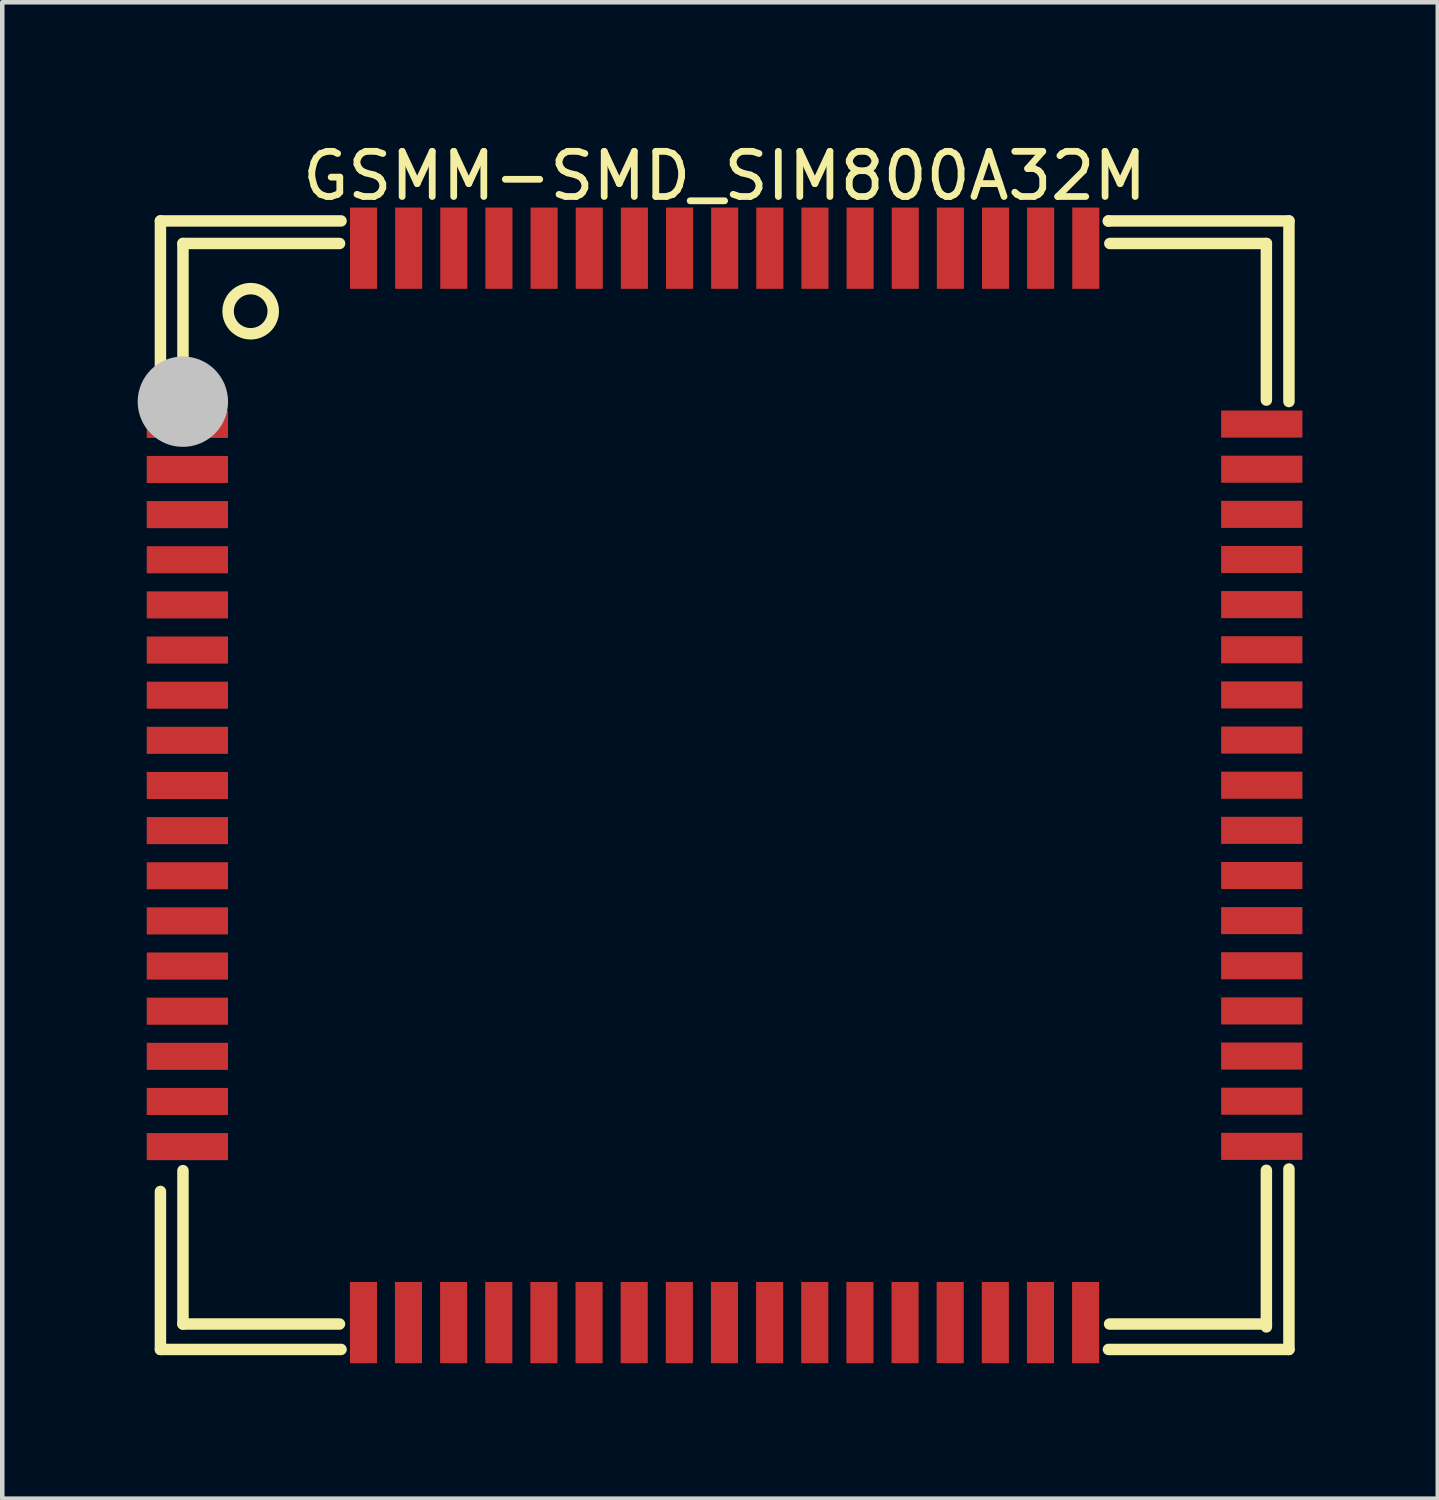
<source format=kicad_pcb>
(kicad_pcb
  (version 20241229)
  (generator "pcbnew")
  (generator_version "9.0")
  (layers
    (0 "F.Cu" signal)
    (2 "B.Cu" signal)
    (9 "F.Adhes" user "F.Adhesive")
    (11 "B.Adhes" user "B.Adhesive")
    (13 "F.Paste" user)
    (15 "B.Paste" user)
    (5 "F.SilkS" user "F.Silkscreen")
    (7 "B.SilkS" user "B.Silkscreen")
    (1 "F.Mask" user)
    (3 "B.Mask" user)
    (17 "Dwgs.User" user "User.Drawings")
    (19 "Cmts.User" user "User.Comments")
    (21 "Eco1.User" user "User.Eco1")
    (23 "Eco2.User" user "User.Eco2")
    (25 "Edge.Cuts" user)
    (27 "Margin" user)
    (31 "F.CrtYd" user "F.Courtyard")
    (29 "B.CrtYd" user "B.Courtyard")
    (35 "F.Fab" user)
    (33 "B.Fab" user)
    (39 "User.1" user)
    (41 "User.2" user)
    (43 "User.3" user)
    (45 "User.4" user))
  (footprint "GSMM-SMD_SIM800A32M"
    (layer "F.Cu")
    (at 13.001 14.348)
    (property "Reference" "GSMM-SMD_SIM800A32M" (at 0 -13.5 0) (unlocked yes) (layer "F.SilkS") (effects (font (size 1 1) (thickness 0.15))))
    (attr smd)
    (fp_line (start -12.497 -12.504) (end -8.496 -12.504) (stroke (width 0.254) (type default)) (layer "F.SilkS"))
    (fp_line (start -12.497 -8.503) (end -12.497 -12.504) (stroke (width 0.254) (type default)) (layer "F.SilkS"))
    (fp_line (start -12.497 12.495) (end -12.497 8.995) (stroke (width 0.254) (type default)) (layer "F.SilkS"))
    (fp_line (start -11.998 -12.004) (end -8.529 -12.004) (stroke (width 0.254) (type default)) (layer "F.SilkS"))
    (fp_line (start -11.998 -8.527) (end -11.998 -12.004) (stroke (width 0.254) (type default)) (layer "F.SilkS"))
    (fp_line (start -11.998 11.932) (end -11.998 8.534) (stroke (width 0.254) (type default)) (layer "F.SilkS"))
    (fp_line (start -8.531 11.932) (end -11.998 11.932) (stroke (width 0.254) (type default)) (layer "F.SilkS"))
    (fp_line (start -8.496 12.495) (end -12.497 12.495) (stroke (width 0.254) (type default)) (layer "F.SilkS"))
    (fp_line (start 8.501 -12.501) (end 8.504 -12.504) (stroke (width 0.254) (type default)) (layer "F.SilkS"))
    (fp_line (start 8.504 -12.504) (end 12.502 -12.504) (stroke (width 0.254) (type default)) (layer "F.SilkS"))
    (fp_line (start 8.534 -12.004) (end 12.002 -12.004) (stroke (width 0.254) (type default)) (layer "F.SilkS"))
    (fp_line (start 12.002 -12.004) (end 12.002 -8.535) (stroke (width 0.254) (type default)) (layer "F.SilkS"))
    (fp_line (start 12.002 8.527) (end 12.002 11.996) (stroke (width 0.254) (type default)) (layer "F.SilkS"))
    (fp_line (start 12.002 11.932) (end 8.529 11.932) (stroke (width 0.254) (type default)) (layer "F.SilkS"))
    (fp_line (start 12.502 -12.504) (end 12.502 -8.503) (stroke (width 0.254) (type default)) (layer "F.SilkS"))
    (fp_line (start 12.502 8.498) (end 12.502 12.495) (stroke (width 0.254) (type default)) (layer "F.SilkS"))
    (fp_line (start 12.502 12.495) (end 8.504 12.495) (stroke (width 0.254) (type default)) (layer "F.SilkS"))
    (fp_circle (center -10.498 -10.504) (end -9.998 -10.504) (stroke (width 0.254) (type default)) (fill no) (layer "F.SilkS"))
    (fp_circle (center -12 -8.5) (end -11.499 -8.5) (stroke (width 1) (type default)) (fill no) (layer "Dwgs.User"))
    (fp_poly (pts (xy -12 -7.697) (xy -12 -8.296) (xy -11 -8.296) (xy -11 -7.697)) (stroke (width 0.1) (type default)) (fill no) (layer "User.1"))
    (fp_poly (pts (xy -12 -6.698) (xy -12 -7.298) (xy -11 -7.298) (xy -11 -6.698)) (stroke (width 0.1) (type default)) (fill no) (layer "User.1"))
    (fp_poly (pts (xy -12 -5.698) (xy -12 -6.298) (xy -11 -6.298) (xy -11 -5.698)) (stroke (width 0.1) (type default)) (fill no) (layer "User.1"))
    (fp_poly (pts (xy -12 -4.698) (xy -12 -5.298) (xy -11 -5.298) (xy -11 -4.698)) (stroke (width 0.1) (type default)) (fill no) (layer "User.1"))
    (fp_poly (pts (xy -12 -3.698) (xy -12 -4.298) (xy -11 -4.298) (xy -11 -3.698)) (stroke (width 0.1) (type default)) (fill no) (layer "User.1"))
    (fp_poly (pts (xy -12 -2.698) (xy -12 -3.298) (xy -11 -3.298) (xy -11 -2.698)) (stroke (width 0.1) (type default)) (fill no) (layer "User.1"))
    (fp_poly (pts (xy -12 -1.698) (xy -12 -2.298) (xy -11 -2.298) (xy -11 -1.698)) (stroke (width 0.1) (type default)) (fill no) (layer "User.1"))
    (fp_poly (pts (xy -12 -0.698) (xy -12 -1.298) (xy -11 -1.298) (xy -11 -0.698)) (stroke (width 0.1) (type default)) (fill no) (layer "User.1"))
    (fp_poly (pts (xy -12 0.302) (xy -12 -0.298) (xy -11 -0.298) (xy -11 0.302)) (stroke (width 0.1) (type default)) (fill no) (layer "User.1"))
    (fp_poly (pts (xy -12 1.302) (xy -12 0.702) (xy -11 0.702) (xy -11 1.302)) (stroke (width 0.1) (type default)) (fill no) (layer "User.1"))
    (fp_poly (pts (xy -12 2.302) (xy -12 1.702) (xy -11 1.702) (xy -11 2.302)) (stroke (width 0.1) (type default)) (fill no) (layer "User.1"))
    (fp_poly (pts (xy -12 3.302) (xy -12 2.702) (xy -11 2.702) (xy -11 3.302)) (stroke (width 0.1) (type default)) (fill no) (layer "User.1"))
    (fp_poly (pts (xy -12 4.302) (xy -12 3.702) (xy -11 3.702) (xy -11 4.302)) (stroke (width 0.1) (type default)) (fill no) (layer "User.1"))
    (fp_poly (pts (xy -12 5.302) (xy -12 4.702) (xy -11 4.702) (xy -11 5.302)) (stroke (width 0.1) (type default)) (fill no) (layer "User.1"))
    (fp_poly (pts (xy -12 6.302) (xy -12 5.702) (xy -11 5.702) (xy -11 6.302)) (stroke (width 0.1) (type default)) (fill no) (layer "User.1"))
    (fp_poly (pts (xy -12 7.302) (xy -12 6.702) (xy -11 6.702) (xy -11 7.302)) (stroke (width 0.1) (type default)) (fill no) (layer "User.1"))
    (fp_poly (pts (xy -12 8.302) (xy -12 7.702) (xy -11 7.702) (xy -11 8.302)) (stroke (width 0.1) (type default)) (fill no) (layer "User.1"))
    (fp_poly (pts (xy -8.3 12) (xy -8.3 11) (xy -7.7 11) (xy -7.7 12)) (stroke (width 0.1) (type default)) (fill no) (layer "User.1"))
    (fp_poly (pts (xy -8.298 -11) (xy -8.298 -12) (xy -7.698 -12) (xy -7.698 -11)) (stroke (width 0.1) (type default)) (fill no) (layer "User.1"))
    (fp_poly (pts (xy -7.302 12) (xy -7.302 11) (xy -6.702 11) (xy -6.702 12)) (stroke (width 0.1) (type default)) (fill no) (layer "User.1"))
    (fp_poly (pts (xy -7.298 -11) (xy -7.298 -12) (xy -6.698 -12) (xy -6.698 -11)) (stroke (width 0.1) (type default)) (fill no) (layer "User.1"))
    (fp_poly (pts (xy -6.302 12) (xy -6.302 11) (xy -5.702 11) (xy -5.702 12)) (stroke (width 0.1) (type default)) (fill no) (layer "User.1"))
    (fp_poly (pts (xy -6.298 -11) (xy -6.298 -12) (xy -5.698 -12) (xy -5.698 -11)) (stroke (width 0.1) (type default)) (fill no) (layer "User.1"))
    (fp_poly (pts (xy -5.302 12) (xy -5.302 11) (xy -4.702 11) (xy -4.702 12)) (stroke (width 0.1) (type default)) (fill no) (layer "User.1"))
    (fp_poly (pts (xy -5.298 -11) (xy -5.298 -12) (xy -4.698 -12) (xy -4.698 -11)) (stroke (width 0.1) (type default)) (fill no) (layer "User.1"))
    (fp_poly (pts (xy -4.302 12) (xy -4.302 11) (xy -3.702 11) (xy -3.702 12)) (stroke (width 0.1) (type default)) (fill no) (layer "User.1"))
    (fp_poly (pts (xy -4.298 -11) (xy -4.298 -12) (xy -3.698 -12) (xy -3.698 -11)) (stroke (width 0.1) (type default)) (fill no) (layer "User.1"))
    (fp_poly (pts (xy -3.302 12) (xy -3.302 11) (xy -2.702 11) (xy -2.702 12)) (stroke (width 0.1) (type default)) (fill no) (layer "User.1"))
    (fp_poly (pts (xy -3.298 -11) (xy -3.298 -12) (xy -2.698 -12) (xy -2.698 -11)) (stroke (width 0.1) (type default)) (fill no) (layer "User.1"))
    (fp_poly (pts (xy -2.302 12) (xy -2.302 11) (xy -1.702 11) (xy -1.702 12)) (stroke (width 0.1) (type default)) (fill no) (layer "User.1"))
    (fp_poly (pts (xy -2.298 -11) (xy -2.298 -12) (xy -1.698 -12) (xy -1.698 -11)) (stroke (width 0.1) (type default)) (fill no) (layer "User.1"))
    (fp_poly (pts (xy -1.302 12) (xy -1.302 11) (xy -0.702 11) (xy -0.702 12)) (stroke (width 0.1) (type default)) (fill no) (layer "User.1"))
    (fp_poly (pts (xy -1.298 -11) (xy -1.298 -12) (xy -0.698 -12) (xy -0.698 -11)) (stroke (width 0.1) (type default)) (fill no) (layer "User.1"))
    (fp_poly (pts (xy -0.302 12) (xy -0.302 11) (xy 0.298 11) (xy 0.298 12)) (stroke (width 0.1) (type default)) (fill no) (layer "User.1"))
    (fp_poly (pts (xy -0.298 -11) (xy -0.298 -12) (xy 0.302 -12) (xy 0.302 -11)) (stroke (width 0.1) (type default)) (fill no) (layer "User.1"))
    (fp_poly (pts (xy 0.698 12) (xy 0.698 11) (xy 1.298 11) (xy 1.298 12)) (stroke (width 0.1) (type default)) (fill no) (layer "User.1"))
    (fp_poly (pts (xy 0.702 -11) (xy 0.702 -12) (xy 1.302 -12) (xy 1.302 -11)) (stroke (width 0.1) (type default)) (fill no) (layer "User.1"))
    (fp_poly (pts (xy 1.698 12) (xy 1.698 11) (xy 2.298 11) (xy 2.298 12)) (stroke (width 0.1) (type default)) (fill no) (layer "User.1"))
    (fp_poly (pts (xy 1.702 -11) (xy 1.702 -12) (xy 2.302 -12) (xy 2.302 -11)) (stroke (width 0.1) (type default)) (fill no) (layer "User.1"))
    (fp_poly (pts (xy 2.698 12) (xy 2.698 11) (xy 3.298 11) (xy 3.298 12)) (stroke (width 0.1) (type default)) (fill no) (layer "User.1"))
    (fp_poly (pts (xy 2.702 -11) (xy 2.702 -12) (xy 3.302 -12) (xy 3.302 -11)) (stroke (width 0.1) (type default)) (fill no) (layer "User.1"))
    (fp_poly (pts (xy 3.698 12) (xy 3.698 11) (xy 4.298 11) (xy 4.298 12)) (stroke (width 0.1) (type default)) (fill no) (layer "User.1"))
    (fp_poly (pts (xy 3.702 -11) (xy 3.702 -12) (xy 4.302 -12) (xy 4.302 -11)) (stroke (width 0.1) (type default)) (fill no) (layer "User.1"))
    (fp_poly (pts (xy 4.698 12) (xy 4.698 11) (xy 5.298 11) (xy 5.298 12)) (stroke (width 0.1) (type default)) (fill no) (layer "User.1"))
    (fp_poly (pts (xy 4.702 -11) (xy 4.702 -12) (xy 5.302 -12) (xy 5.302 -11)) (stroke (width 0.1) (type default)) (fill no) (layer "User.1"))
    (fp_poly (pts (xy 5.698 12) (xy 5.698 11) (xy 6.298 11) (xy 6.298 12)) (stroke (width 0.1) (type default)) (fill no) (layer "User.1"))
    (fp_poly (pts (xy 5.702 -11) (xy 5.702 -12) (xy 6.302 -12) (xy 6.302 -11)) (stroke (width 0.1) (type default)) (fill no) (layer "User.1"))
    (fp_poly (pts (xy 6.698 12) (xy 6.698 11) (xy 7.298 11) (xy 7.298 12)) (stroke (width 0.1) (type default)) (fill no) (layer "User.1"))
    (fp_poly (pts (xy 6.702 -11) (xy 6.702 -12) (xy 7.302 -12) (xy 7.302 -11)) (stroke (width 0.1) (type default)) (fill no) (layer "User.1"))
    (fp_poly (pts (xy 7.698 12) (xy 7.698 11) (xy 8.298 11) (xy 8.298 12)) (stroke (width 0.1) (type default)) (fill no) (layer "User.1"))
    (fp_poly (pts (xy 7.702 -11) (xy 7.702 -12) (xy 8.302 -12) (xy 8.302 -11)) (stroke (width 0.1) (type default)) (fill no) (layer "User.1"))
    (fp_poly (pts (xy 11 -7.704) (xy 11 -8.304) (xy 12 -8.304) (xy 12 -7.704)) (stroke (width 0.1) (type default)) (fill no) (layer "User.1"))
    (fp_poly (pts (xy 11 -6.704) (xy 11 -7.304) (xy 12 -7.304) (xy 12 -6.704)) (stroke (width 0.1) (type default)) (fill no) (layer "User.1"))
    (fp_poly (pts (xy 11 -5.704) (xy 11 -6.304) (xy 12 -6.304) (xy 12 -5.704)) (stroke (width 0.1) (type default)) (fill no) (layer "User.1"))
    (fp_poly (pts (xy 11 -4.704) (xy 11 -5.304) (xy 12 -5.304) (xy 12 -4.704)) (stroke (width 0.1) (type default)) (fill no) (layer "User.1"))
    (fp_poly (pts (xy 11 -3.704) (xy 11 -4.304) (xy 12 -4.304) (xy 12 -3.704)) (stroke (width 0.1) (type default)) (fill no) (layer "User.1"))
    (fp_poly (pts (xy 11 -2.704) (xy 11 -3.304) (xy 12 -3.304) (xy 12 -2.704)) (stroke (width 0.1) (type default)) (fill no) (layer "User.1"))
    (fp_poly (pts (xy 11 -1.704) (xy 11 -2.304) (xy 12 -2.304) (xy 12 -1.704)) (stroke (width 0.1) (type default)) (fill no) (layer "User.1"))
    (fp_poly (pts (xy 11 -0.704) (xy 11 -1.304) (xy 12 -1.304) (xy 12 -0.704)) (stroke (width 0.1) (type default)) (fill no) (layer "User.1"))
    (fp_poly (pts (xy 11 0.296) (xy 11 -0.304) (xy 12 -0.304) (xy 12 0.296)) (stroke (width 0.1) (type default)) (fill no) (layer "User.1"))
    (fp_poly (pts (xy 11 1.296) (xy 11 0.696) (xy 12 0.696) (xy 12 1.296)) (stroke (width 0.1) (type default)) (fill no) (layer "User.1"))
    (fp_poly (pts (xy 11 2.296) (xy 11 1.696) (xy 12 1.696) (xy 12 2.296)) (stroke (width 0.1) (type default)) (fill no) (layer "User.1"))
    (fp_poly (pts (xy 11 3.296) (xy 11 2.696) (xy 12 2.696) (xy 12 3.296)) (stroke (width 0.1) (type default)) (fill no) (layer "User.1"))
    (fp_poly (pts (xy 11 4.296) (xy 11 3.696) (xy 12 3.696) (xy 12 4.296)) (stroke (width 0.1) (type default)) (fill no) (layer "User.1"))
    (fp_poly (pts (xy 11 5.296) (xy 11 4.696) (xy 12 4.696) (xy 12 5.296)) (stroke (width 0.1) (type default)) (fill no) (layer "User.1"))
    (fp_poly (pts (xy 11 6.296) (xy 11 5.696) (xy 12 5.696) (xy 12 6.296)) (stroke (width 0.1) (type default)) (fill no) (layer "User.1"))
    (fp_poly (pts (xy 11 7.296) (xy 11 6.696) (xy 12 6.696) (xy 12 7.296)) (stroke (width 0.1) (type default)) (fill no) (layer "User.1"))
    (fp_poly (pts (xy 11 8.296) (xy 11 7.696) (xy 12 7.696) (xy 12 8.296)) (stroke (width 0.1) (type default)) (fill no) (layer "User.1"))
    (fp_line (start -12 -12) (end 12 -12) (stroke (width 0.051) (type default)) (layer "User.2"))
    (fp_line (start -12 12) (end -12 -12) (stroke (width 0.051) (type default)) (layer "User.2"))
    (fp_line (start 12 -12) (end 12 12) (stroke (width 0.051) (type default)) (layer "User.2"))
    (fp_line (start 12 12) (end -12 12) (stroke (width 0.051) (type default)) (layer "User.2"))
    (fp_poly (pts (xy -11.94 -12) (xy -11.958 -12.042) (xy -12 -12.06) (xy -12.042 -12.042) (xy -12.06 -12) (xy -12.042 -11.958) (xy -12 -11.94) (xy -11.958 -11.958)) (stroke (width 0.1) (type default)) (fill no) (layer "User.3"))
    (pad "1" smd rect (at -11.9 -7.997 90) (size 0.6 1.8) (layers "F.Cu" "F.Mask" "F.Paste"))
    (pad "2" smd rect (at -11.9 -6.998 90) (size 0.6 1.8) (layers "F.Cu" "F.Mask" "F.Paste"))
    (pad "3" smd rect (at -11.9 -5.998 90) (size 0.6 1.8) (layers "F.Cu" "F.Mask" "F.Paste"))
    (pad "4" smd rect (at -11.9 -4.998 90) (size 0.6 1.8) (layers "F.Cu" "F.Mask" "F.Paste"))
    (pad "5" smd rect (at -11.9 -3.998 90) (size 0.6 1.8) (layers "F.Cu" "F.Mask" "F.Paste"))
    (pad "6" smd rect (at -11.9 -2.998 90) (size 0.6 1.8) (layers "F.Cu" "F.Mask" "F.Paste"))
    (pad "7" smd rect (at -11.9 -1.998 90) (size 0.6 1.8) (layers "F.Cu" "F.Mask" "F.Paste"))
    (pad "8" smd rect (at -11.9 -0.998 90) (size 0.6 1.8) (layers "F.Cu" "F.Mask" "F.Paste"))
    (pad "9" smd rect (at -11.9 0.002 90) (size 0.6 1.8) (layers "F.Cu" "F.Mask" "F.Paste"))
    (pad "10" smd rect (at -11.9 1.002 90) (size 0.6 1.8) (layers "F.Cu" "F.Mask" "F.Paste"))
    (pad "11" smd rect (at -11.9 2.002 90) (size 0.6 1.8) (layers "F.Cu" "F.Mask" "F.Paste"))
    (pad "12" smd rect (at -11.9 3.002 90) (size 0.6 1.8) (layers "F.Cu" "F.Mask" "F.Paste"))
    (pad "13" smd rect (at -11.9 4.002 90) (size 0.6 1.8) (layers "F.Cu" "F.Mask" "F.Paste"))
    (pad "14" smd rect (at -11.9 5.002 90) (size 0.6 1.8) (layers "F.Cu" "F.Mask" "F.Paste"))
    (pad "15" smd rect (at -11.9 6.002 90) (size 0.6 1.8) (layers "F.Cu" "F.Mask" "F.Paste"))
    (pad "16" smd rect (at -11.9 7.002 90) (size 0.6 1.8) (layers "F.Cu" "F.Mask" "F.Paste"))
    (pad "17" smd rect (at -11.9 8.002 90) (size 0.6 1.8) (layers "F.Cu" "F.Mask" "F.Paste"))
    (pad "18" smd rect (at -8 11.9) (size 0.6 1.8) (layers "F.Cu" "F.Mask" "F.Paste"))
    (pad "19" smd rect (at -7.002 11.9) (size 0.6 1.8) (layers "F.Cu" "F.Mask" "F.Paste"))
    (pad "20" smd rect (at -6.002 11.9) (size 0.6 1.8) (layers "F.Cu" "F.Mask" "F.Paste"))
    (pad "21" smd rect (at -5.002 11.9) (size 0.6 1.8) (layers "F.Cu" "F.Mask" "F.Paste"))
    (pad "22" smd rect (at -4.002 11.9) (size 0.6 1.8) (layers "F.Cu" "F.Mask" "F.Paste"))
    (pad "23" smd rect (at -3.002 11.9) (size 0.6 1.8) (layers "F.Cu" "F.Mask" "F.Paste"))
    (pad "24" smd rect (at -2.002 11.9) (size 0.6 1.8) (layers "F.Cu" "F.Mask" "F.Paste"))
    (pad "25" smd rect (at -1.002 11.9) (size 0.6 1.8) (layers "F.Cu" "F.Mask" "F.Paste"))
    (pad "26" smd rect (at -0.002 11.9) (size 0.6 1.8) (layers "F.Cu" "F.Mask" "F.Paste"))
    (pad "27" smd rect (at 0.998 11.9) (size 0.6 1.8) (layers "F.Cu" "F.Mask" "F.Paste"))
    (pad "28" smd rect (at 1.998 11.9) (size 0.6 1.8) (layers "F.Cu" "F.Mask" "F.Paste"))
    (pad "29" smd rect (at 2.998 11.9) (size 0.6 1.8) (layers "F.Cu" "F.Mask" "F.Paste"))
    (pad "30" smd rect (at 3.998 11.9) (size 0.6 1.8) (layers "F.Cu" "F.Mask" "F.Paste"))
    (pad "31" smd rect (at 4.998 11.9) (size 0.6 1.8) (layers "F.Cu" "F.Mask" "F.Paste"))
    (pad "32" smd rect (at 5.998 11.9) (size 0.6 1.8) (layers "F.Cu" "F.Mask" "F.Paste"))
    (pad "33" smd rect (at 6.998 11.9) (size 0.6 1.8) (layers "F.Cu" "F.Mask" "F.Paste"))
    (pad "34" smd rect (at 7.998 11.9) (size 0.6 1.8) (layers "F.Cu" "F.Mask" "F.Paste"))
    (pad "35" smd rect (at 11.9 7.996 270) (size 0.6 1.8) (layers "F.Cu" "F.Mask" "F.Paste"))
    (pad "36" smd rect (at 11.9 6.996 270) (size 0.6 1.8) (layers "F.Cu" "F.Mask" "F.Paste"))
    (pad "37" smd rect (at 11.9 5.996 270) (size 0.6 1.8) (layers "F.Cu" "F.Mask" "F.Paste"))
    (pad "38" smd rect (at 11.9 4.996 270) (size 0.6 1.8) (layers "F.Cu" "F.Mask" "F.Paste"))
    (pad "39" smd rect (at 11.9 3.996 270) (size 0.6 1.8) (layers "F.Cu" "F.Mask" "F.Paste"))
    (pad "40" smd rect (at 11.9 2.996 270) (size 0.6 1.8) (layers "F.Cu" "F.Mask" "F.Paste"))
    (pad "41" smd rect (at 11.9 1.996 270) (size 0.6 1.8) (layers "F.Cu" "F.Mask" "F.Paste"))
    (pad "42" smd rect (at 11.9 0.996 270) (size 0.6 1.8) (layers "F.Cu" "F.Mask" "F.Paste"))
    (pad "43" smd rect (at 11.9 -0.004 270) (size 0.6 1.8) (layers "F.Cu" "F.Mask" "F.Paste"))
    (pad "44" smd rect (at 11.9 -1.004 270) (size 0.6 1.8) (layers "F.Cu" "F.Mask" "F.Paste"))
    (pad "45" smd rect (at 11.9 -2.004 270) (size 0.6 1.8) (layers "F.Cu" "F.Mask" "F.Paste"))
    (pad "46" smd rect (at 11.9 -3.004 270) (size 0.6 1.8) (layers "F.Cu" "F.Mask" "F.Paste"))
    (pad "47" smd rect (at 11.9 -4.004 270) (size 0.6 1.8) (layers "F.Cu" "F.Mask" "F.Paste"))
    (pad "48" smd rect (at 11.9 -5.004 270) (size 0.6 1.8) (layers "F.Cu" "F.Mask" "F.Paste"))
    (pad "49" smd rect (at 11.9 -6.004 270) (size 0.6 1.8) (layers "F.Cu" "F.Mask" "F.Paste"))
    (pad "50" smd rect (at 11.9 -7.004 270) (size 0.6 1.8) (layers "F.Cu" "F.Mask" "F.Paste"))
    (pad "51" smd rect (at 11.9 -8.004 270) (size 0.6 1.8) (layers "F.Cu" "F.Mask" "F.Paste"))
    (pad "52" smd rect (at 8.002 -11.9) (size 0.6 1.8) (layers "F.Cu" "F.Mask" "F.Paste"))
    (pad "53" smd rect (at 7.002 -11.9) (size 0.6 1.8) (layers "F.Cu" "F.Mask" "F.Paste"))
    (pad "54" smd rect (at 6.002 -11.9) (size 0.6 1.8) (layers "F.Cu" "F.Mask" "F.Paste"))
    (pad "55" smd rect (at 5.002 -11.9) (size 0.6 1.8) (layers "F.Cu" "F.Mask" "F.Paste"))
    (pad "56" smd rect (at 4.002 -11.9) (size 0.6 1.8) (layers "F.Cu" "F.Mask" "F.Paste"))
    (pad "57" smd rect (at 3.002 -11.9) (size 0.6 1.8) (layers "F.Cu" "F.Mask" "F.Paste"))
    (pad "58" smd rect (at 2.002 -11.9) (size 0.6 1.8) (layers "F.Cu" "F.Mask" "F.Paste"))
    (pad "59" smd rect (at 1.002 -11.9) (size 0.6 1.8) (layers "F.Cu" "F.Mask" "F.Paste"))
    (pad "60" smd rect (at 0.002 -11.9) (size 0.6 1.8) (layers "F.Cu" "F.Mask" "F.Paste"))
    (pad "61" smd rect (at -0.998 -11.9) (size 0.6 1.8) (layers "F.Cu" "F.Mask" "F.Paste"))
    (pad "62" smd rect (at -1.998 -11.9) (size 0.6 1.8) (layers "F.Cu" "F.Mask" "F.Paste"))
    (pad "63" smd rect (at -2.998 -11.9) (size 0.6 1.8) (layers "F.Cu" "F.Mask" "F.Paste"))
    (pad "64" smd rect (at -3.998 -11.9) (size 0.6 1.8) (layers "F.Cu" "F.Mask" "F.Paste"))
    (pad "65" smd rect (at -4.998 -11.9) (size 0.6 1.8) (layers "F.Cu" "F.Mask" "F.Paste"))
    (pad "66" smd rect (at -5.998 -11.9) (size 0.6 1.8) (layers "F.Cu" "F.Mask" "F.Paste"))
    (pad "67" smd rect (at -6.998 -11.9) (size 0.6 1.8) (layers "F.Cu" "F.Mask" "F.Paste"))
    (pad "68" smd rect (at -7.998 -11.9) (size 0.6 1.8) (layers "F.Cu" "F.Mask" "F.Paste")))
  (gr_rect
    (start -3 -3)
    (end 28.8 30.148)
    (stroke (width 0.1) (type default))
    (fill no)
    (layer "Edge.Cuts")))
</source>
